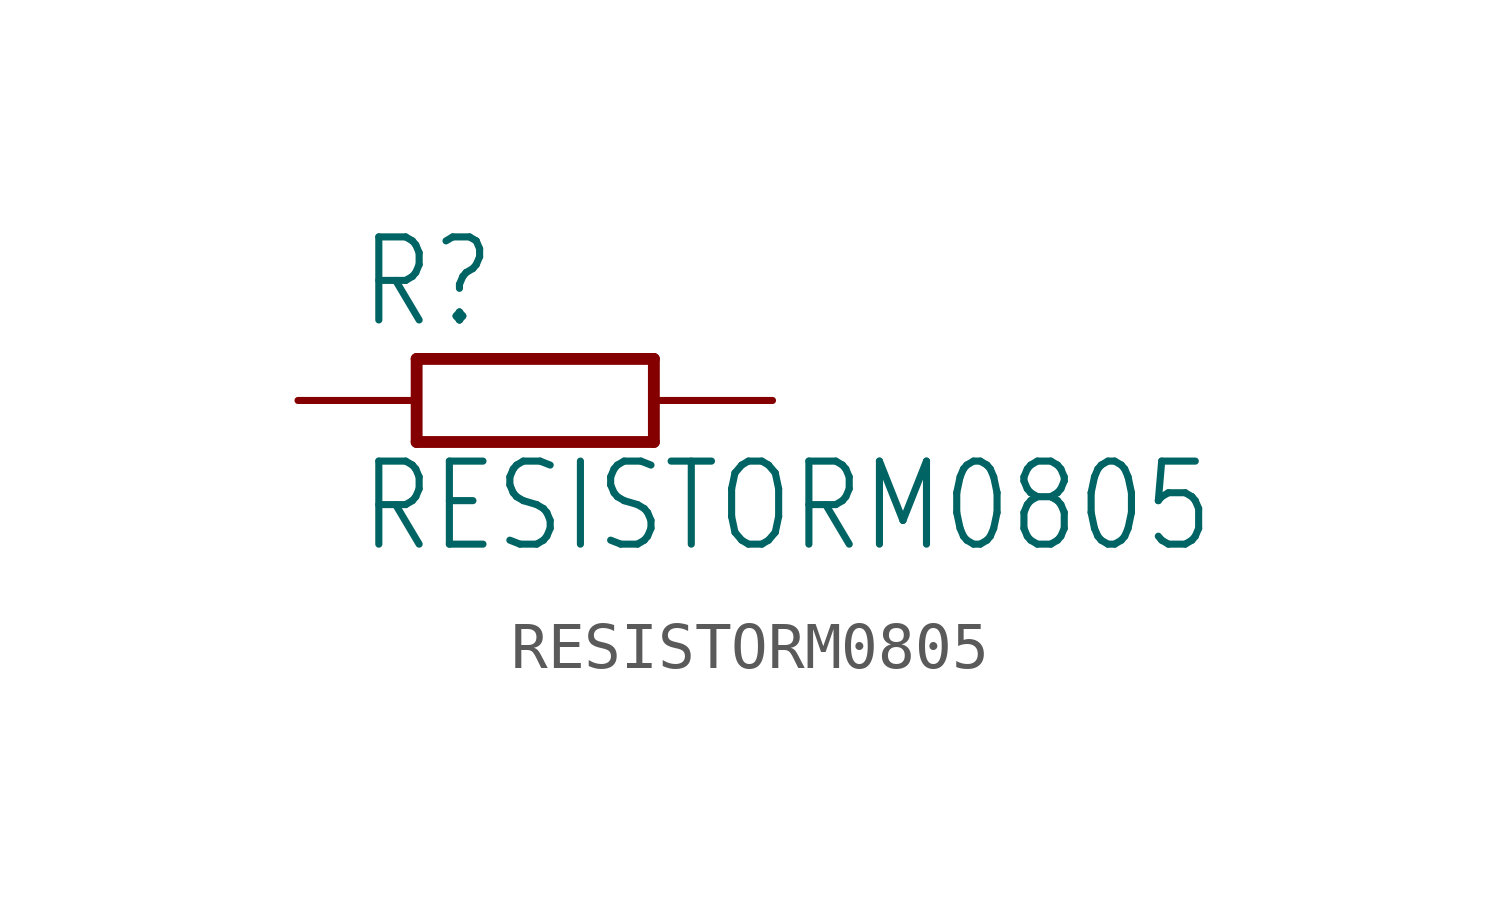
<source format=kicad_sym>
(kicad_symbol_lib
  (version 20211014)
  (generator kicad_symbol_editor)
  (symbol "RESISTORM0805"
    (property "Reference" "R"
      (at -3.81 1.499 0)
      (effects (font (size 1.778 1.511)) (justify left bottom)))
    (property "Value" "RESISTORM0805"
      (at -3.81 -3.302 0)
      (effects (font (size 1.778 1.511)) (justify left bottom)))
    (property "ki_locked" ""
      (at 0 0 0)
      (effects (font (size 1.27 1.27))))
    (symbol "RESISTORM0805_1_0"
      (polyline (pts (xy -2.54 -0.889) (xy -2.54 0.889)) (stroke (width 0.254) (type default) (color 0 0 0 0)) (fill (type none)))
      (polyline (pts (xy -2.54 -0.889) (xy 2.54 -0.889)) (stroke (width 0.254) (type default) (color 0 0 0 0)) (fill (type none)))
      (polyline (pts (xy 2.54 -0.889) (xy 2.54 0.889)) (stroke (width 0.254) (type default) (color 0 0 0 0)) (fill (type none)))
      (polyline (pts (xy 2.54 0.889) (xy -2.54 0.889)) (stroke (width 0.254) (type default) (color 0 0 0 0)) (fill (type none)))
      (pin passive line (at -5.08 0 0) (length 2.54) (name "1" (effects (font (size 0 0)))) (number "1" (effects (font (size 0 0)))))
      (pin passive line (at 5.08 0 180) (length 2.54) (name "2" (effects (font (size 0 0)))) (number "2" (effects (font (size 0 0))))))))
</source>
